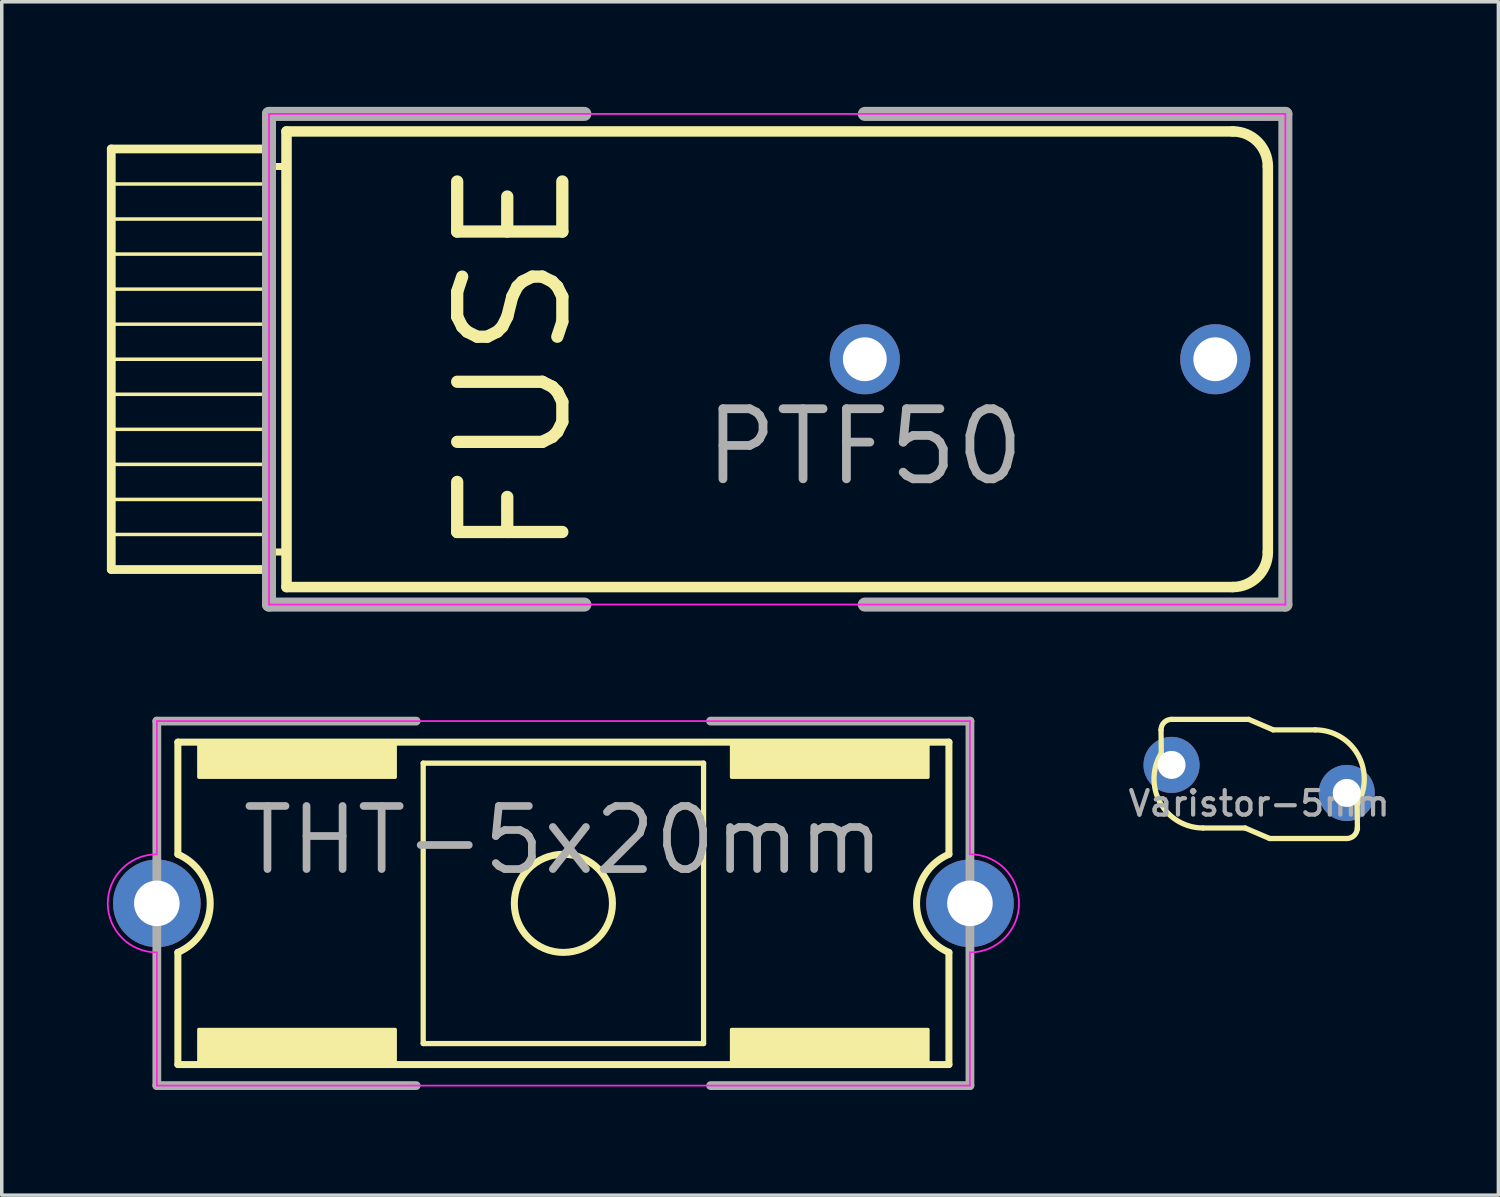
<source format=kicad_pcb>
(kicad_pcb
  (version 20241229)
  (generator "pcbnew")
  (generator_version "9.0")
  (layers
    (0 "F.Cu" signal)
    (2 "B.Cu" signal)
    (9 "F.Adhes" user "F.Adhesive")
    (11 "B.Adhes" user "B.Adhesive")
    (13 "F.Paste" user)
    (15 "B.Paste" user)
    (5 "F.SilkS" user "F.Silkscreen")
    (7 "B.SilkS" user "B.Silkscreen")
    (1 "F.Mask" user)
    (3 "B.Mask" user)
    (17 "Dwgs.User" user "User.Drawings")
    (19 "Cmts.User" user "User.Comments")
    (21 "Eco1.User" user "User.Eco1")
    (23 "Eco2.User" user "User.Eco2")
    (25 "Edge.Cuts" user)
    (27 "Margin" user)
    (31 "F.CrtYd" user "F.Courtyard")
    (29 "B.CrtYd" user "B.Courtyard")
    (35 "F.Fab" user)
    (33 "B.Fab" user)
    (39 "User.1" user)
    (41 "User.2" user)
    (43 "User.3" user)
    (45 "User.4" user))
  (footprint "Varistor-5mm"
    (layer "F.Cu")
    (at 32.877 19.175)
    (property "Reference" "Varistor-5mm" (at 0 0.7 0) (unlocked yes) (layer "F.Fab") (effects (font (size 0.7 0.7) (thickness 0.12) (bold yes))))
    (attr smd)
    (fp_line (start -2.792 -0.734) (end -2.8 -1.4) (stroke (width 0.15) (type default)) (layer "F.SilkS"))
    (fp_line (start -2.5 -1.7) (end -0.3 -1.7) (stroke (width 0.15) (type default)) (layer "F.SilkS"))
    (fp_line (start -1.6 1.4) (end -0.4 1.4) (stroke (width 0.15) (type default)) (layer "F.SilkS"))
    (fp_line (start -0.4 1.4) (end 0.3 1.7) (stroke (width 0.15) (type default)) (layer "F.SilkS"))
    (fp_line (start -0.3 -1.7) (end 0.4 -1.4) (stroke (width 0.15) (type default)) (layer "F.SilkS"))
    (fp_line (start 0.3 1.7) (end 2.5 1.7) (stroke (width 0.15) (type default)) (layer "F.SilkS"))
    (fp_line (start 0.4 -1.4) (end 1.6 -1.4) (stroke (width 0.15) (type default)) (layer "F.SilkS"))
    (fp_line (start 2.804 1.433) (end 2.796 0.767) (stroke (width 0.15) (type default)) (layer "F.SilkS"))
    (fp_arc (start -2.8 -1.4) (mid -2.712132 -1.612132) (end -2.5 -1.7) (stroke (width 0.15) (type default)) (layer "F.SilkS"))
    (fp_arc (start -1.6 1.4) (mid -2.822135 0.682924) (end -2.792322 -0.733736) (stroke (width 0.15) (type default)) (layer "F.SilkS"))
    (fp_arc (start 1.600005 -1.399996) (mid 2.822133 -0.682919) (end 2.792327 0.73374) (stroke (width 0.15) (type default)) (layer "F.SilkS"))
    (fp_arc (start 2.8 1.4) (mid 2.712132 1.612132) (end 2.5 1.7) (stroke (width 0.15) (type default)) (layer "F.SilkS"))
    (pad "1" thru_hole circle (at -2.5 -0.4) (size 1.6 1.6) (drill 0.8) (layers "*.Cu" "*.Mask"))
    (pad "2" thru_hole circle (at 2.5 0.4) (size 1.6 1.6) (drill 0.8) (layers "*.Cu" "*.Mask")))
  (footprint "THT-5x20mm"
    (layer "F.Cu")
    (at 13.025 22.725)
    (property "Reference" "THT-5x20mm" (at 0 -1.8 0) (layer "F.Fab") (effects (font (size 1.8 1.8) (thickness 0.22))))
    (attr through_hole)
    (fp_line (start -11 -4.6) (end -11 -1.4) (stroke (width 0.2) (type solid)) (layer "F.SilkS"))
    (fp_line (start -11 1.4) (end -11 4.6) (stroke (width 0.2) (type solid)) (layer "F.SilkS"))
    (fp_line (start -4 -4) (end -4 4) (stroke (width 0.15) (type solid)) (layer "F.SilkS"))
    (fp_line (start -4 4) (end 4 4) (stroke (width 0.15) (type solid)) (layer "F.SilkS"))
    (fp_line (start 4 -4) (end -4 -4) (stroke (width 0.15) (type solid)) (layer "F.SilkS"))
    (fp_line (start 4 4) (end 4 -4) (stroke (width 0.15) (type solid)) (layer "F.SilkS"))
    (fp_line (start 11 -4.6) (end -11 -4.6) (stroke (width 0.2) (type solid)) (layer "F.SilkS"))
    (fp_line (start 11 -4.6) (end 11 -1.4) (stroke (width 0.2) (type solid)) (layer "F.SilkS"))
    (fp_line (start 11 1.4) (end 11 4.6) (stroke (width 0.2) (type solid)) (layer "F.SilkS"))
    (fp_line (start 11 4.6) (end -11 4.6) (stroke (width 0.2) (type solid)) (layer "F.SilkS"))
    (fp_arc (start -10.999931 -1.399969) (mid -10.076847 0.000038) (end -11.000001 1.399999) (stroke (width 0.2) (type solid)) (layer "F.SilkS"))
    (fp_arc (start 10.999931 1.399969) (mid 10.076847 -0.000038) (end 11.000001 -1.399999) (stroke (width 0.2) (type solid)) (layer "F.SilkS"))
    (fp_circle (center 0 0) (end 1.4 0) (stroke (width 0.2) (type solid)) (fill no) (layer "F.SilkS"))
    (fp_poly (pts (xy -4.8 -3.6) (xy -10.4 -3.6) (xy -10.4 -4.6) (xy -4.8 -4.6)) (stroke (width 0.1) (type solid)) (fill yes) (layer "F.SilkS"))
    (fp_poly (pts (xy -4.8 4.6) (xy -10.4 4.6) (xy -10.4 3.6) (xy -4.8 3.6)) (stroke (width 0.1) (type solid)) (fill yes) (layer "F.SilkS"))
    (fp_poly (pts (xy 10.4 -3.6) (xy 4.8 -3.6) (xy 4.8 -4.6) (xy 10.4 -4.6)) (stroke (width 0.1) (type solid)) (fill yes) (layer "F.SilkS"))
    (fp_poly (pts (xy 10.4 4.6) (xy 4.8 4.6) (xy 4.8 3.6) (xy 10.4 3.6)) (stroke (width 0.1) (type solid)) (fill yes) (layer "F.SilkS"))
    (fp_line (start -11.6 -5.2) (end 11.6 -5.2) (stroke (width 0.05) (type solid)) (layer "F.CrtYd"))
    (fp_line (start -11.6 -1.4) (end -11.6 -5.2) (stroke (width 0.05) (type solid)) (layer "F.CrtYd"))
    (fp_line (start -11.6 5.2) (end -11.6 1.4) (stroke (width 0.05) (type solid)) (layer "F.CrtYd"))
    (fp_line (start 11.6 -5.2) (end 11.6 -1.4) (stroke (width 0.05) (type solid)) (layer "F.CrtYd"))
    (fp_line (start 11.6 1.4) (end 11.6 5.2) (stroke (width 0.05) (type solid)) (layer "F.CrtYd"))
    (fp_line (start 11.6 5.2) (end -11.6 5.2) (stroke (width 0.05) (type solid)) (layer "F.CrtYd"))
    (fp_arc (start -11.6 1.4) (mid -13 0) (end -11.6 -1.4) (stroke (width 0.05) (type solid)) (layer "F.CrtYd"))
    (fp_arc (start 11.6 -1.4) (mid 13 0) (end 11.6 1.4) (stroke (width 0.05) (type solid)) (layer "F.CrtYd"))
    (fp_line (start -11.6 -5.2) (end -11.6 5.2) (stroke (width 0.25) (type solid)) (layer "F.Fab"))
    (fp_line (start -11.6 5.2) (end -4.2 5.2) (stroke (width 0.25) (type solid)) (layer "F.Fab"))
    (fp_line (start -4.2 -5.2) (end -11.6 -5.2) (stroke (width 0.25) (type solid)) (layer "F.Fab"))
    (fp_line (start 4.2 5.2) (end 11.6 5.2) (stroke (width 0.25) (type solid)) (layer "F.Fab"))
    (fp_line (start 11.6 -5.2) (end 4.2 -5.2) (stroke (width 0.25) (type solid)) (layer "F.Fab"))
    (fp_line (start 11.6 5.2) (end 11.6 -5.2) (stroke (width 0.25) (type solid)) (layer "F.Fab"))
    (pad "1" thru_hole circle (at -11.6 0) (size 2.5 2.5) (drill 1.3) (layers "*.Cu" "*.Mask"))
    (pad "2" thru_hole circle (at 11.6 0) (size 2.5 2.5) (drill 1.3) (layers "*.Cu" "*.Mask")))
  (footprint "PTF50"
    (layer "F.Cu")
    (at 21.625 7.2)
    (property "Reference" "PTF50" (at 0 2.5 0) (layer "F.Fab") (effects (font (size 2 2) (thickness 0.25))))
    (attr through_hole)
    (fp_line (start -21.5 -6) (end -21.5 6) (stroke (width 0.25) (type solid)) (layer "F.SilkS"))
    (fp_line (start -21.5 -6) (end -17 -6) (stroke (width 0.25) (type solid)) (layer "F.SilkS"))
    (fp_line (start -21.5 -3) (end -17 -3) (stroke (width 0.1) (type solid)) (layer "F.SilkS"))
    (fp_line (start -21.5 0) (end -17 0) (stroke (width 0.1) (type solid)) (layer "F.SilkS"))
    (fp_line (start -21.5 3) (end -17 3) (stroke (width 0.1) (type solid)) (layer "F.SilkS"))
    (fp_line (start -21.5 6) (end -17 6) (stroke (width 0.25) (type solid)) (layer "F.SilkS"))
    (fp_line (start -17.1 -5) (end -21.5 -5) (stroke (width 0.1) (type solid)) (layer "F.SilkS"))
    (fp_line (start -17.1 -4) (end -21.5 -4) (stroke (width 0.1) (type solid)) (layer "F.SilkS"))
    (fp_line (start -17.1 -2) (end -21.5 -2) (stroke (width 0.1) (type solid)) (layer "F.SilkS"))
    (fp_line (start -17.1 -1) (end -21.5 -1) (stroke (width 0.1) (type solid)) (layer "F.SilkS"))
    (fp_line (start -17.1 1) (end -21.5 1) (stroke (width 0.1) (type solid)) (layer "F.SilkS"))
    (fp_line (start -17.1 2) (end -21.5 2) (stroke (width 0.1) (type solid)) (layer "F.SilkS"))
    (fp_line (start -17.1 4) (end -21.5 4) (stroke (width 0.1) (type solid)) (layer "F.SilkS"))
    (fp_line (start -17.1 5) (end -21.5 5) (stroke (width 0.1) (type solid)) (layer "F.SilkS"))
    (fp_line (start -17 -5.5) (end -16.5 -5.5) (stroke (width 0.2) (type solid)) (layer "F.SilkS"))
    (fp_line (start -17 6) (end -17 -6) (stroke (width 0.25) (type solid)) (layer "F.SilkS"))
    (fp_line (start -16.5 -6.5) (end 10.5 -6.5) (stroke (width 0.3) (type solid)) (layer "F.SilkS"))
    (fp_line (start -16.5 5.5) (end -17 5.5) (stroke (width 0.2) (type solid)) (layer "F.SilkS"))
    (fp_line (start -16.5 6.5) (end -16.5 -6.5) (stroke (width 0.3) (type solid)) (layer "F.SilkS"))
    (fp_line (start -16.5 6.5) (end 10.5 6.5) (stroke (width 0.3) (type solid)) (layer "F.SilkS"))
    (fp_line (start 11.5 5.5) (end 11.5 -5.5) (stroke (width 0.3) (type solid)) (layer "F.SilkS"))
    (fp_arc (start 10.5 -6.5) (mid 11.207107 -6.207107) (end 11.5 -5.5) (stroke (width 0.3) (type solid)) (layer "F.SilkS"))
    (fp_arc (start 11.5 5.5) (mid 11.207107 6.207107) (end 10.5 6.5) (stroke (width 0.3) (type solid)) (layer "F.SilkS"))
    (fp_line (start -17 -7) (end 12 -7) (stroke (width 0.05) (type solid)) (layer "F.CrtYd"))
    (fp_line (start -17 7) (end -17 -7) (stroke (width 0.05) (type solid)) (layer "F.CrtYd"))
    (fp_line (start 12 -7) (end 12 7) (stroke (width 0.05) (type solid)) (layer "F.CrtYd"))
    (fp_line (start 12 7) (end -17 7) (stroke (width 0.05) (type solid)) (layer "F.CrtYd"))
    (fp_line (start -17 -7) (end -17 7) (stroke (width 0.4) (type solid)) (layer "F.Fab"))
    (fp_line (start -17 -7) (end -8 -7) (stroke (width 0.4) (type solid)) (layer "F.Fab"))
    (fp_line (start -8 7) (end -17 7) (stroke (width 0.4) (type solid)) (layer "F.Fab"))
    (fp_line (start 0 7) (end 12 7) (stroke (width 0.4) (type solid)) (layer "F.Fab"))
    (fp_line (start 12 -7) (end 0 -7) (stroke (width 0.4) (type solid)) (layer "F.Fab"))
    (fp_line (start 12 7) (end 12 -7) (stroke (width 0.4) (type solid)) (layer "F.Fab"))
    (fp_text user "FUSE" (at -10 0 90) (layer "F.SilkS") (effects (font (size 3 3) (thickness 0.35))))
    (pad "1" thru_hole circle (at 10 0) (size 2 2) (drill 1.25) (layers "*.Cu" "*.Mask"))
    (pad "2" thru_hole circle (at 0 0) (size 2 2) (drill 1.25) (layers "*.Cu" "*.Mask")))
  (gr_rect
    (start -3 -3)
    (end 39.703 31.05)
    (stroke (width 0.1) (type default))
    (fill no)
    (layer "Edge.Cuts")))
</source>
